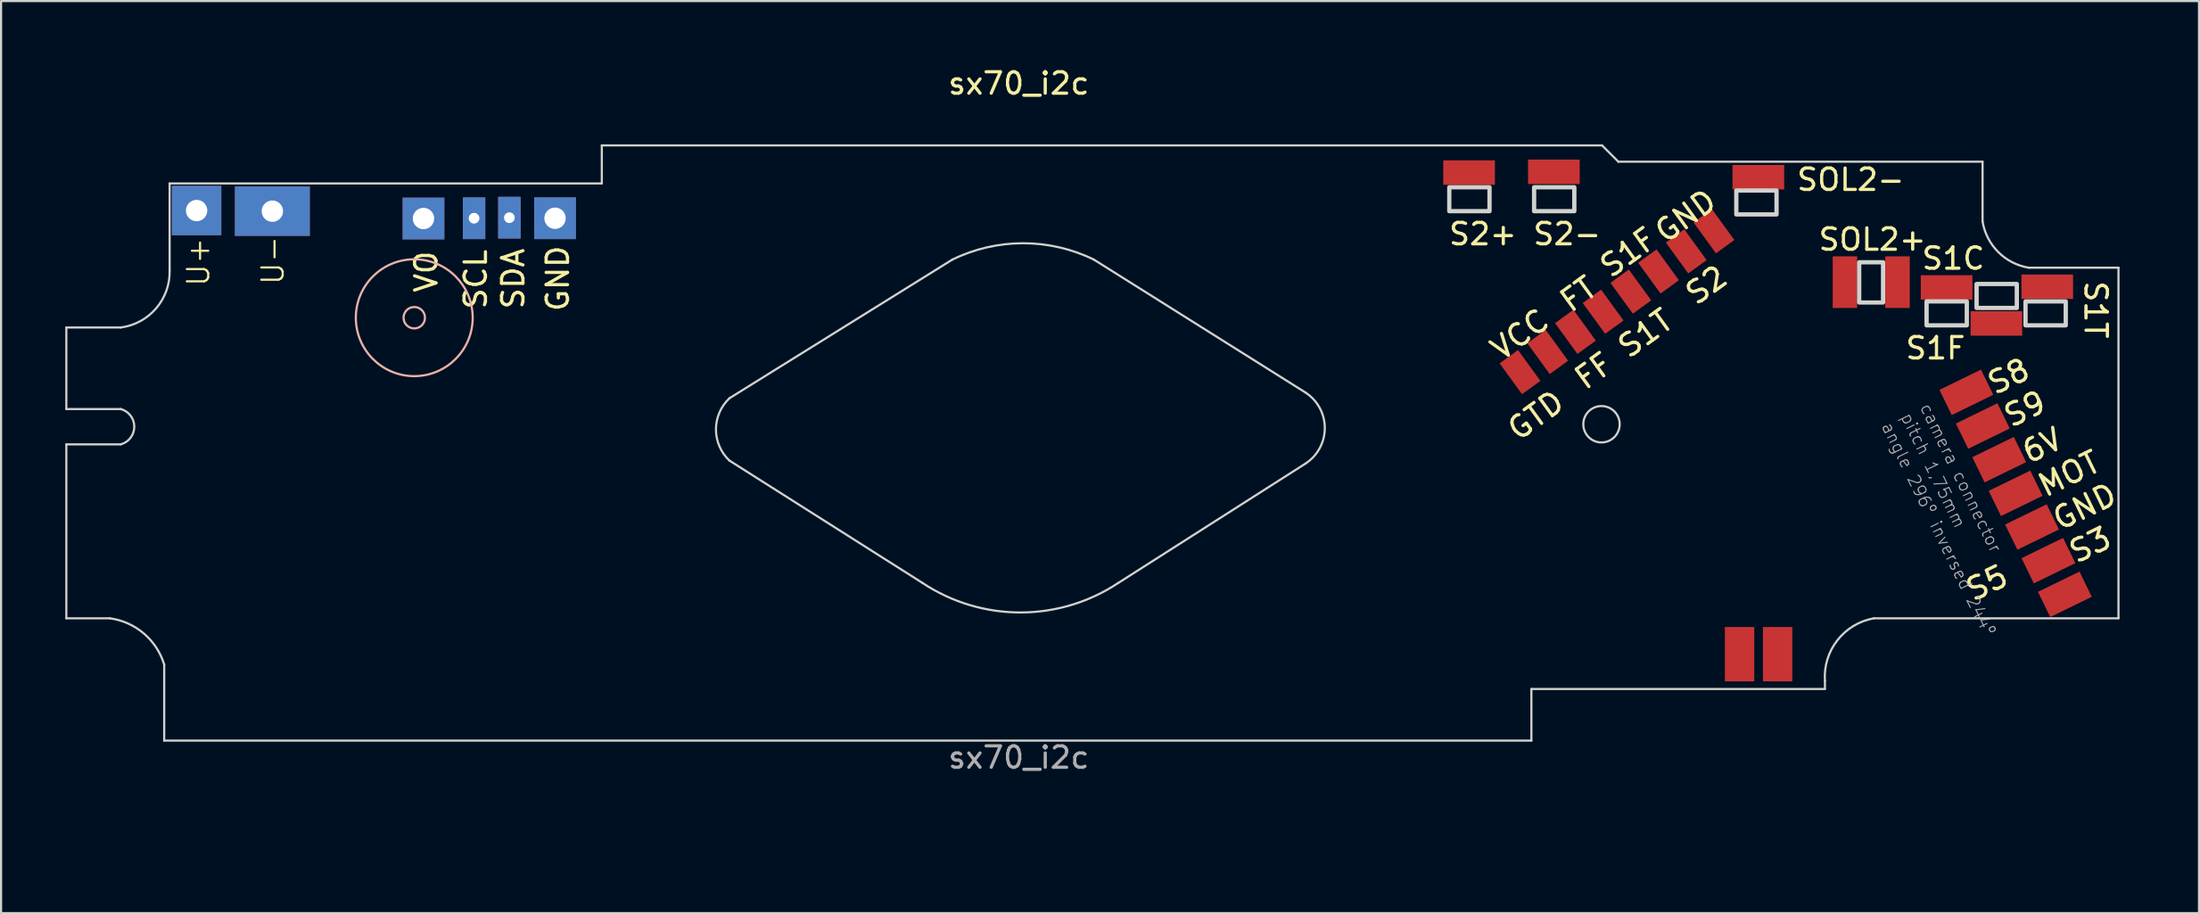
<source format=kicad_pcb>
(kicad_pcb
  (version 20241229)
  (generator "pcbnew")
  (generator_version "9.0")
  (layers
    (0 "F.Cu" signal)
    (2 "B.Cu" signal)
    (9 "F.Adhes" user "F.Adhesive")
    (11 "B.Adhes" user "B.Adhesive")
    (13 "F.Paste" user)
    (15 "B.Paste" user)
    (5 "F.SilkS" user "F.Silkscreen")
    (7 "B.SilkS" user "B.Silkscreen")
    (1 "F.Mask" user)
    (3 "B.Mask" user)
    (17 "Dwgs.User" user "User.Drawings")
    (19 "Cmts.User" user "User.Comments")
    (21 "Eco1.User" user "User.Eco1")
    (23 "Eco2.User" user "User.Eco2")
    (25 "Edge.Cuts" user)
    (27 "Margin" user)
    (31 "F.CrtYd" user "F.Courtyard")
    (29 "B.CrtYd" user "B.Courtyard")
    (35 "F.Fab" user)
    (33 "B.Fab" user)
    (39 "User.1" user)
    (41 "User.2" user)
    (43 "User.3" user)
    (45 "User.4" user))
  (footprint "sx70_i2c"
    (layer "F.Cu")
    (at 44.652 15.987)
    (property "Reference" "sx70_i2c" (at -0.102 -15.138 0) (unlocked yes) (layer "F.SilkS") (effects (font (size 1 1) (thickness 0.15))))
    (fp_circle (center -28.346 -4.191) (end -27.846 -4.191) (stroke (width 0.102) (type solid)) (fill no) (layer "B.SilkS"))
    (fp_circle (center -28.346 -4.191) (end -25.616 -4.191) (stroke (width 0.102) (type solid)) (fill no) (layer "B.SilkS"))
    (fp_line (start -44.602 -3.734) (end -42.062 -3.734) (stroke (width 0.1) (type default)) (layer "Edge.Cuts"))
    (fp_line (start -44.602 0.076) (end -44.602 -3.734) (stroke (width 0.1) (type default)) (layer "Edge.Cuts"))
    (fp_line (start -44.602 1.727) (end -42.062 1.727) (stroke (width 0.1) (type default)) (layer "Edge.Cuts"))
    (fp_line (start -44.602 9.855) (end -44.602 1.727) (stroke (width 0.1) (type default)) (layer "Edge.Cuts"))
    (fp_line (start -42.57 9.855) (end -44.602 9.855) (stroke (width 0.1) (type default)) (layer "Edge.Cuts"))
    (fp_line (start -42.062 0.076) (end -44.602 0.076) (stroke (width 0.1) (type default)) (layer "Edge.Cuts"))
    (fp_line (start -40.03 15.57) (end -40.03 12.014) (stroke (width 0.1) (type default)) (layer "Edge.Cuts"))
    (fp_line (start -39.776 -10.465) (end -39.776 -6.401) (stroke (width 0.1) (type default)) (layer "Edge.Cuts"))
    (fp_line (start -39.776 -10.465) (end -19.583 -10.465) (stroke (width 0.1) (type default)) (layer "Edge.Cuts"))
    (fp_line (start -19.583 -12.243) (end 27.153 -12.243) (stroke (width 0.1) (type default)) (layer "Edge.Cuts"))
    (fp_line (start -19.583 -10.465) (end -19.583 -12.243) (stroke (width 0.1) (type default)) (layer "Edge.Cuts"))
    (fp_line (start -13.614 -0.432) (end -3.2 -6.909) (stroke (width 0.1) (type default)) (layer "Edge.Cuts"))
    (fp_line (start -13.614 2.489) (end -4.597 8.204) (stroke (width 0.1) (type default)) (layer "Edge.Cuts"))
    (fp_line (start 3.404 -6.909) (end 13.31 -0.686) (stroke (width 0.1) (type default)) (layer "Edge.Cuts"))
    (fp_line (start 13.31 2.616) (end 4.547 8.204) (stroke (width 0.1) (type default)) (layer "Edge.Cuts"))
    (fp_line (start 23.851 13.157) (end 23.851 15.57) (stroke (width 0.1) (type default)) (layer "Edge.Cuts"))
    (fp_line (start 23.851 15.57) (end -40.03 15.57) (stroke (width 0.1) (type default)) (layer "Edge.Cuts"))
    (fp_line (start 27.153 -12.243) (end 27.915 -11.481) (stroke (width 0.1) (type default)) (layer "Edge.Cuts"))
    (fp_line (start 27.915 -11.481) (end 44.933 -11.481) (stroke (width 0.1) (type default)) (layer "Edge.Cuts"))
    (fp_line (start 37.567 12.776) (end 37.567 13.157) (stroke (width 0.1) (type default)) (layer "Edge.Cuts"))
    (fp_line (start 37.567 13.157) (end 23.851 13.157) (stroke (width 0.1) (type default)) (layer "Edge.Cuts"))
    (fp_line (start 44.933 -11.481) (end 44.933 -8.687) (stroke (width 0.1) (type default)) (layer "Edge.Cuts"))
    (fp_line (start 47.092 -6.528) (end 51.283 -6.528) (stroke (width 0.1) (type default)) (layer "Edge.Cuts"))
    (fp_line (start 51.283 -6.528) (end 51.283 9.855) (stroke (width 0.1) (type default)) (layer "Edge.Cuts"))
    (fp_line (start 51.283 9.855) (end 39.853 9.855) (stroke (width 0.1) (type default)) (layer "Edge.Cuts"))
    (fp_rect (start 20.015 -10.287) (end 21.895 -9.169) (stroke (width 0.2) (type default)) (fill no) (layer "Edge.Cuts"))
    (fp_rect (start 23.978 -10.287) (end 25.857 -9.169) (stroke (width 0.2) (type default)) (fill no) (layer "Edge.Cuts"))
    (fp_rect (start 33.426 -10.135) (end 35.306 -9.017) (stroke (width 0.2) (type default)) (fill no) (layer "Edge.Cuts"))
    (fp_rect (start 39.167 -4.902) (end 40.284 -6.782) (stroke (width 0.2) (type default)) (fill no) (layer "Edge.Cuts"))
    (fp_rect (start 42.316 -4.953) (end 44.196 -3.835) (stroke (width 0.2) (type default)) (fill no) (layer "Edge.Cuts"))
    (fp_rect (start 44.653 -5.766) (end 46.533 -4.648) (stroke (width 0.2) (type default)) (fill no) (layer "Edge.Cuts"))
    (fp_rect (start 46.939 -4.953) (end 48.819 -3.835) (stroke (width 0.2) (type default)) (fill no) (layer "Edge.Cuts"))
    (fp_arc (start -42.570401 9.8552) (mid -40.983915 10.562363) (end -40.030401 12.0142) (stroke (width 0.1) (type default)) (layer "Edge.Cuts"))
    (fp_arc (start -42.062401 0.0762) (mid -41.427401 0.9017) (end -42.062401 1.7272) (stroke (width 0.1) (type default)) (layer "Edge.Cuts"))
    (fp_arc (start -39.776401 -6.4008) (mid -40.406919 -4.628029) (end -42.062401 -3.7338) (stroke (width 0.1) (type default)) (layer "Edge.Cuts"))
    (fp_arc (start -13.614401 2.4892) (mid -14.249401 1.0287) (end -13.614401 -0.4318) (stroke (width 0.1) (type default)) (layer "Edge.Cuts"))
    (fp_arc (start -3.2004 -6.9088) (mid 0.101599 -7.6708) (end 3.403599 -6.9088) (stroke (width 0.1) (type default)) (layer "Edge.Cuts"))
    (fp_arc (start 4.546599 8.2042) (mid -0.025401 9.582063) (end -4.597401 8.2042) (stroke (width 0.1) (type default)) (layer "Edge.Cuts"))
    (fp_arc (start 13.309599 -0.685799) (mid 14.198599 0.9652) (end 13.309599 2.6162) (stroke (width 0.1) (type default)) (layer "Edge.Cuts"))
    (fp_arc (start 37.566599 12.7762) (mid 38.150724 10.878322) (end 39.852599 9.855201) (stroke (width 0.1) (type default)) (layer "Edge.Cuts"))
    (fp_arc (start 47.091599 -6.5278) (mid 45.664323 -7.259524) (end 44.932599 -8.6868) (stroke (width 0.1) (type default)) (layer "Edge.Cuts"))
    (fp_circle (center 27.127 0.787) (end 27.977 0.787) (stroke (width 0.1) (type default)) (fill no) (layer "Edge.Cuts"))
    (fp_line (start -28.079 7.566) (end -11.843 -11.945) (stroke (width 0.254) (type solid)) (layer "User.9"))
    (fp_line (start -28.064 15.647) (end -28.079 7.566) (stroke (width 0.254) (type solid)) (layer "User.9"))
    (fp_line (start -11.843 -11.945) (end 15.11 -12.072) (stroke (width 0.254) (type solid)) (layer "User.9"))
    (fp_line (start 15.11 -12.072) (end 28.848 7.372) (stroke (width 0.254) (type solid)) (layer "User.9"))
    (fp_line (start 23.8 13.205) (end 23.8 15.548) (stroke (width 0.254) (type solid)) (layer "User.9"))
    (fp_line (start 23.8 15.548) (end -28.064 15.647) (stroke (width 0.254) (type solid)) (layer "User.9"))
    (fp_line (start 28.848 7.372) (end 36.573 9.24) (stroke (width 0.254) (type solid)) (layer "User.9"))
    (fp_line (start 36.573 9.24) (end 36.583 13.132) (stroke (width 0.254) (type solid)) (layer "User.9"))
    (fp_line (start 36.615 13.205) (end 23.8 13.205) (stroke (width 0.254) (type solid)) (layer "User.9"))
    (fp_line (start 39.853 -0.006) (end 44.234 -2.038) (stroke (width 0.254) (type solid)) (layer "User.9"))
    (fp_line (start 39.916 9.709) (end 39.853 -0.006) (stroke (width 0.254) (type solid)) (layer "User.9"))
    (fp_line (start 44.171 -2.038) (end 50.013 9.201) (stroke (width 0.254) (type solid)) (layer "User.9"))
    (fp_line (start 48.489 15.678) (end 42.837 11.932) (stroke (width 0.254) (type solid)) (layer "User.9"))
    (fp_line (start 48.87 20.504) (end 48.87 16.059) (stroke (width 0.254) (type solid)) (layer "User.9"))
    (fp_line (start 50.013 9.201) (end 51.346 9.201) (stroke (width 0.254) (type solid)) (layer "User.9"))
    (fp_line (start 51.918 9.773) (end 51.918 20.504) (stroke (width 0.254) (type solid)) (layer "User.9"))
    (fp_line (start 51.918 20.504) (end 48.87 20.504) (stroke (width 0.254) (type solid)) (layer "User.9"))
    (fp_arc (start 39.916099 9.836149) (mid 41.985225 10.118204) (end 42.9006 11.99515) (stroke (width 0.254) (type solid)) (layer "User.9"))
    (fp_arc (start 51.3461 9.20115) (mid 51.750192 9.368558) (end 51.9176 9.77265) (stroke (width 0.254) (type solid)) (layer "User.9"))
    (fp_text user "S1F" (at 41.252 -2.182 0) (unlocked yes) (layer "F.SilkS") (effects (font (size 1 1) (thickness 0.15)) (justify left bottom)))
    (fp_text user "SOL2-" (at 36.172 -10.056 0) (unlocked yes) (layer "F.SilkS") (effects (font (size 1 1) (thickness 0.15)) (justify left bottom)))
    (fp_text user "U+" (at -37.846 -5.588 90) (unlocked yes) (layer "F.SilkS") (effects (font (size 1 1) (thickness 0.1)) (justify left bottom)))
    (fp_text user "S1T" (at 49.634 -5.992 270) (unlocked yes) (layer "F.SilkS") (effects (font (size 1 1) (thickness 0.15)) (justify left bottom)))
    (fp_text user "MOT" (at 50.142 1.882 26) (unlocked yes) (layer "F.SilkS") (effects (font (size 1 1) (thickness 0.15)) (justify right top)))
    (fp_text user "S2-" (at 23.851 -7.516 0) (unlocked yes) (layer "F.SilkS") (effects (font (size 1 1) (thickness 0.15)) (justify left bottom)))
    (fp_text user "GTD" (at 24.916 -0.965 36) (layer "F.SilkS") (effects (font (size 1 1) (thickness 0.15)) (justify right top)))
    (fp_text user "S3" (at 50.65 5.438 26) (unlocked yes) (layer "F.SilkS") (effects (font (size 1 1) (thickness 0.15)) (justify right top)))
    (fp_text user "S2+" (at 19.916 -7.516 0) (unlocked yes) (layer "F.SilkS") (effects (font (size 1 1) (thickness 0.15)) (justify left bottom)))
    (fp_text user "VO" (at -28.372 -7.391 90) (unlocked yes) (layer "F.SilkS") (effects (font (size 1 1) (thickness 0.15)) (justify right top)))
    (fp_text user "SDA" (at -24.308 -7.518 90) (unlocked yes) (layer "F.SilkS") (effects (font (size 1 1) (thickness 0.15)) (justify right top)))
    (fp_text user "GND" (at 32.028 -10.363 36) (layer "F.SilkS") (effects (font (size 1 1) (thickness 0.15)) (justify right top)))
    (fp_text user "VCC" (at 24.206 -4.775 36) (layer "F.SilkS") (effects (font (size 1 1) (thickness 0.15)) (justify right top)))
    (fp_text user "SOL2+" (at 37.188 -7.262 0) (unlocked yes) (layer "F.SilkS") (effects (font (size 1 1) (thickness 0.15)) (justify left bottom)))
    (fp_text user "SCL" (at -26.06 -7.468 90) (unlocked yes) (layer "F.SilkS") (effects (font (size 1 1) (thickness 0.15)) (justify right top)))
    (fp_text user "GND" (at 50.904 3.406 26) (unlocked yes) (layer "F.SilkS") (effects (font (size 1 1) (thickness 0.15)) (justify right top)))
    (fp_text user "FF" (at 27.202 -2.743 36) (layer "F.SilkS") (effects (font (size 1 1) (thickness 0.15)) (justify right top)))
    (fp_text user "GND" (at -22.225 -7.645 90) (unlocked yes) (layer "F.SilkS") (effects (font (size 1 1) (thickness 0.15)) (justify right top)))
    (fp_text user "S1F" (at 29.234 -8.585 36) (layer "F.SilkS") (effects (font (size 1 1) (thickness 0.15)) (justify right top)))
    (fp_text user "S5" (at 45.824 7.216 26) (unlocked yes) (layer "F.SilkS") (effects (font (size 1 1) (thickness 0.15)) (justify right top)))
    (fp_text user "S1C" (at 42.014 -6.375 0) (unlocked yes) (layer "F.SilkS") (effects (font (size 1 1) (thickness 0.15)) (justify left bottom)))
    (fp_text user "S1T" (at 29.996 -4.775 36) (layer "F.SilkS") (effects (font (size 1 1) (thickness 0.15)) (justify right top)))
    (fp_text user "S9" (at 47.602 -0.912 26) (unlocked yes) (layer "F.SilkS") (effects (font (size 1 1) (thickness 0.15)) (justify right top)))
    (fp_text user "S8" (at 46.84 -2.436 26) (unlocked yes) (layer "F.SilkS") (effects (font (size 1 1) (thickness 0.15)) (justify right top)))
    (fp_text user "U-" (at -34.366 -5.664 90) (unlocked yes) (layer "F.SilkS") (effects (font (size 1 1) (thickness 0.1)) (justify left bottom)))
    (fp_text user "6V" (at 48.364 0.813 26) (unlocked yes) (layer "F.SilkS") (effects (font (size 1 1) (thickness 0.15)) (justify right top)))
    (fp_text user "S2" (at 32.536 -6.807 36) (layer "F.SilkS") (effects (font (size 1 1) (thickness 0.15)) (justify right top)))
    (fp_text user "FT" (at 26.44 -6.299 36) (layer "F.SilkS") (effects (font (size 1 1) (thickness 0.15)) (justify right top)))
    (fp_text user "${REFERENCE}" (at -0.102 16.36 0) (unlocked yes) (layer "F.Fab") (effects (font (size 1 1) (thickness 0.15))))
    (fp_text user "angle 296º inversed 244º" (at 40.135 0.85 296) (layer "F.Fab") (effects (font (size 0.561 0.561) (thickness 0.049)) (justify left bottom)))
    (fp_text user "camera connector" (at 41.933 -0.027 296) (layer "F.Fab") (effects (font (size 0.561 0.561) (thickness 0.049)) (justify left bottom)))
    (fp_text user "pitch 1,75mm" (at 41.034 0.411 296) (layer "F.Fab") (effects (font (size 0.561 0.561) (thickness 0.049)) (justify left bottom)))
    (fp_text user "FLASHFLEX CONNECTOR\nANGLE TOP: 306º\nANGLE BOTTOM: 144º" (at 33.401 -7.645 36) (layer "User.1") (effects (font (size 0.28 0.28) (thickness 0.024)) (justify right top)))
    (fp_text user "\nPCB width <=0.8mm " (at 0.581 0.609 0) (unlocked yes) (layer "User.2") (effects (font (size 1.636 1.636) (thickness 0.142))))
    (dimension (type orthogonal) (layer "User.3") (pts (xy 4.876 5.522) (xy 10.845 11.796)) (height 20.952) (orientation 1) (format (prefix "") (suffix "") (units 3) (units_format 1) (precision 4)) (style (thickness 0.1) (arrow_length 1.27) (text_position_mode 0) (arrow_direction outward) (extension_height 0.586) (extension_offset 0.5) (keep_text_aligned yes)) (gr_text "6.2738 mm" (at 24.728 8.659 90) (layer "User.3") (effects (font (size 1 1) (thickness 0.1)))))
    (dimension (type orthogonal) (layer "User.3") (pts (xy 4.876 5.522) (xy 16.306 5.496)) (height 10.721) (orientation 0) (format (prefix "") (suffix "") (units 3) (units_format 1) (precision 4)) (style (thickness 0.1) (arrow_length 1.27) (text_position_mode 0) (arrow_direction outward) (extension_height 0.586) (extension_offset 0.5) (keep_text_aligned yes)) (gr_text "11.4300 mm" (at 10.591 15.143 0) (layer "User.3") (effects (font (size 1 1) (thickness 0.1)))))
    (pad "FF" smd rect (at 25.909 -3.53 126) (size 1.78 1.06) (layers "F.Cu" "F.Mask" "F.Paste"))
    (pad "FT" smd rect (at 27.203 -4.47 126) (size 1.78 1.06) (layers "F.Cu" "F.Mask" "F.Paste"))
    (pad "GND" thru_hole rect (at -21.768 -8.839) (size 1.95 1.95) (drill 1) (layers "*.Cu" "*.Mask"))
    (pad "GND" smd rect (at 32.381 -8.232 126) (size 1.78 1.06) (layers "F.Cu" "F.Mask" "F.Paste"))
    (pad "GND" smd rect (at 47.244 5.588 26) (size 2.159 1.31) (layers "F.Cu" "F.Mask" "F.Paste"))
    (pad "GTD" smd rect (at 23.32 -1.649 126) (size 1.78 1.06) (layers "F.Cu" "F.Mask" "F.Paste"))
    (pad "MOTOR" smd rect (at 46.477 4.015 26) (size 2.159 1.31) (layers "F.Cu" "F.Mask" "F.Paste"))
    (pad "S1C" smd rect (at 43.251 -5.606) (size 2.413 1.143) (layers "F.Cu" "F.Mask" "F.Paste"))
    (pad "S1F" smd rect (at 45.578 -3.922) (size 2.413 1.143) (layers "F.Cu" "F.Mask" "F.Paste"))
    (pad "S1F_FPC" smd rect (at 29.792 -6.351 126) (size 1.78 1.06) (layers "F.Cu" "F.Mask" "F.Paste"))
    (pad "S1T" smd rect (at 28.498 -5.411 126) (size 1.78 1.06) (layers "F.Cu" "F.Mask" "F.Paste"))
    (pad "S1T" smd rect (at 47.955 -5.639) (size 2.413 1.143) (layers "F.Cu" "F.Mask" "F.Paste"))
    (pad "S2" smd rect (at 31.087 -7.292 126) (size 1.78 1.06) (layers "F.Cu" "F.Mask" "F.Paste"))
    (pad "S2+" smd rect (at 20.94 -10.972) (size 2.413 1.143) (layers "F.Cu" "F.Mask" "F.Paste"))
    (pad "S2-" smd rect (at 24.902 -11.009) (size 2.413 1.143) (layers "F.Cu" "F.Mask" "F.Paste"))
    (pad "S3" smd rect (at 48.011 7.161 26) (size 2.159 1.31) (layers "F.Cu" "F.Mask" "F.Paste"))
    (pad "S5" smd rect (at 48.778 8.734 26) (size 2.159 1.31) (layers "F.Cu" "F.Mask" "F.Paste"))
    (pad "S8" smd rect (at 44.175 -0.704 26) (size 2.159 1.31) (layers "F.Cu" "F.Mask" "F.Paste"))
    (pad "S9" smd rect (at 44.943 0.869 26) (size 2.159 1.31) (layers "F.Cu" "F.Mask" "F.Paste"))
    (pad "SCL" thru_hole rect (at -25.552 -8.839) (size 1.05 1.95) (drill 0.5) (layers "*.Cu" "*.Mask"))
    (pad "SDA" thru_hole rect (at -23.901 -8.865) (size 1.05 1.95) (drill 0.5) (layers "*.Cu" "*.Mask"))
    (pad "SOL1+" smd rect (at 33.579 11.532) (size 1.372 2.54) (layers "F.Cu" "F.Mask" "F.Paste"))
    (pad "SOL1-" smd rect (at 35.357 11.532) (size 1.372 2.54) (layers "F.Cu" "F.Mask" "F.Paste"))
    (pad "SOL2+" smd rect (at 38.502 -5.852 90) (size 2.413 1.143) (layers "F.Cu" "F.Mask" "F.Paste"))
    (pad "SOL2+" smd rect (at 40.959 -5.852 90) (size 2.413 1.143) (layers "F.Cu" "F.Mask" "F.Paste"))
    (pad "SOL2-" smd rect (at 34.456 -10.757) (size 2.413 1.143) (layers "F.Cu" "F.Mask" "F.Paste"))
    (pad "UDN" thru_hole rect (at -34.976 -9.169 90) (size 2.31 3.5) (drill 1) (layers "*.Cu" "*.Mask"))
    (pad "UDP" thru_hole rect (at -38.516 -9.199) (size 2.31 2.31) (drill 1) (layers "*.Cu" "*.Mask"))
    (pad "VCC" smd rect (at 24.615 -2.589 126) (size 1.78 1.06) (layers "F.Cu" "F.Mask" "F.Paste"))
    (pad "VCC" smd rect (at 45.71 2.442 26) (size 2.159 1.31) (layers "F.Cu" "F.Mask" "F.Paste"))
    (pad "VO" thru_hole rect (at -27.915 -8.826) (size 1.95 1.95) (drill 1) (layers "*.Cu" "*.Mask")))
  (gr_rect
    (start -3 -3)
    (end 99.697 39.618)
    (stroke (width 0.1) (type default))
    (fill no)
    (layer "Edge.Cuts")))
</source>
